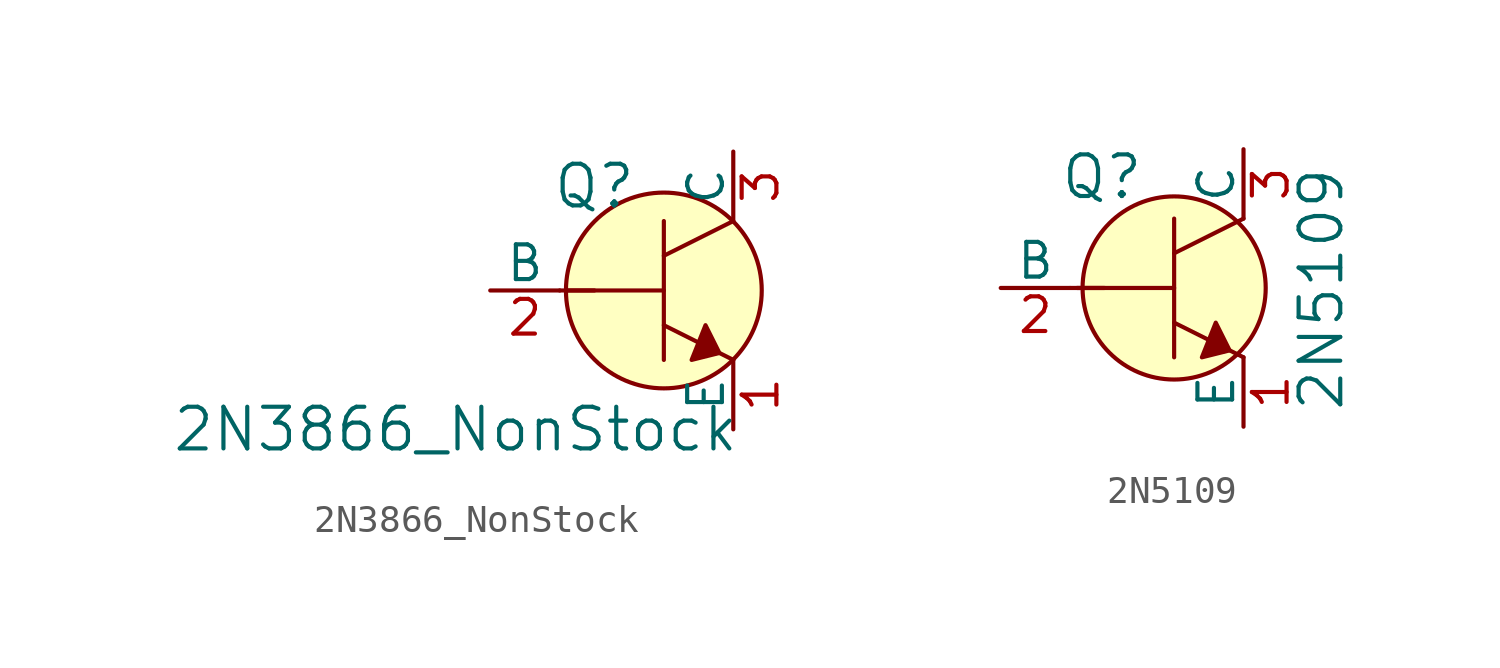
<source format=kicad_sym>
(kicad_symbol_lib
  (version 20201005)
  (generator kicad_symbol_editor)
  (symbol "2N3866_NonStock"
    (pin_names
      (offset 0))
    (property "Reference" "Q"
      (at -2.54 3.81 0)
      (effects (font (size 1.524 1.524))))
    (property "Value" "2N3866_NonStock"
      (at -7.62 -5.08 0)
      (effects (font (size 1.524 1.524))))
    (symbol "2N3866_NonStock_0_1"
      (circle (center 0 0) (radius 3.581) (stroke (width 0)) (fill (type background)))
      (polyline (pts (xy -3.81 0) (xy -2.54 0)) (stroke (width 0)) (fill (type none)))
      (polyline (pts (xy -3.556 0) (xy 0 0)) (stroke (width 0)) (fill (type none)))
      (polyline (pts (xy 0 -1.27) (xy 2.54 -2.54)) (stroke (width 0)) (fill (type none)))
      (polyline (pts (xy 0 1.27) (xy 2.54 2.54)) (stroke (width 0)) (fill (type none)))
      (polyline (pts (xy 0 2.54) (xy 0 -2.54)) (stroke (width 0)) (fill (type none)))
      (polyline (pts (xy 1.524 -1.27) (xy 2.032 -2.286) (xy 1.016 -2.54) (xy 1.524 -1.27)) (stroke (width 0)) (fill (type outline))))
    (symbol "2N3866_NonStock_1_1"
      (pin input line (at 2.54 -5.08 90) (length 2.54) (name "E" (effects (font (size 1.27 1.27)))) (number "1" (effects (font (size 1.27 1.27)))))
      (pin input line (at -6.35 0 0) (length 2.54) (name "B" (effects (font (size 1.27 1.27)))) (number "2" (effects (font (size 1.27 1.27)))))
      (pin input line (at 2.54 5.08 270) (length 2.54) (name "C" (effects (font (size 1.27 1.27)))) (number "3" (effects (font (size 1.27 1.27)))))))
  (symbol "2N5109"
    (pin_names
      (offset 0))
    (property "Reference" "Q"
      (at -5.182 4.064 0)
      (effects (font (size 1.524 1.524))))
    (property "Value" "2N5109"
      (at 2.845 -0.051 90)
      (effects (font (size 1.524 1.524))))
    (symbol "2N5109_0_1"
      (circle (center -2.54 0) (radius 3.353) (stroke (width 0)) (fill (type background)))
      (polyline (pts (xy -6.35 0) (xy -5.08 0)) (stroke (width 0)) (fill (type none)))
      (polyline (pts (xy -6.096 0) (xy -2.54 0)) (stroke (width 0)) (fill (type none)))
      (polyline (pts (xy -2.54 -1.27) (xy 0 -2.54)) (stroke (width 0)) (fill (type none)))
      (polyline (pts (xy -2.54 1.27) (xy 0 2.54)) (stroke (width 0)) (fill (type none)))
      (polyline (pts (xy -2.54 2.54) (xy -2.54 -2.54)) (stroke (width 0)) (fill (type none)))
      (polyline (pts (xy -1.016 -1.27) (xy -0.508 -2.286) (xy -1.524 -2.54) (xy -1.016 -1.27)) (stroke (width 0)) (fill (type outline))))
    (symbol "2N5109_1_1"
      (pin passive line (at 0 -5.08 90) (length 2.54) (name "E" (effects (font (size 1.27 1.27)))) (number "1" (effects (font (size 1.27 1.27)))))
      (pin input line (at -8.89 0 0) (length 2.54) (name "B" (effects (font (size 1.27 1.27)))) (number "2" (effects (font (size 1.27 1.27)))))
      (pin passive line (at 0 5.08 270) (length 2.54) (name "C" (effects (font (size 1.27 1.27)))) (number "3" (effects (font (size 1.27 1.27))))))))
</source>
